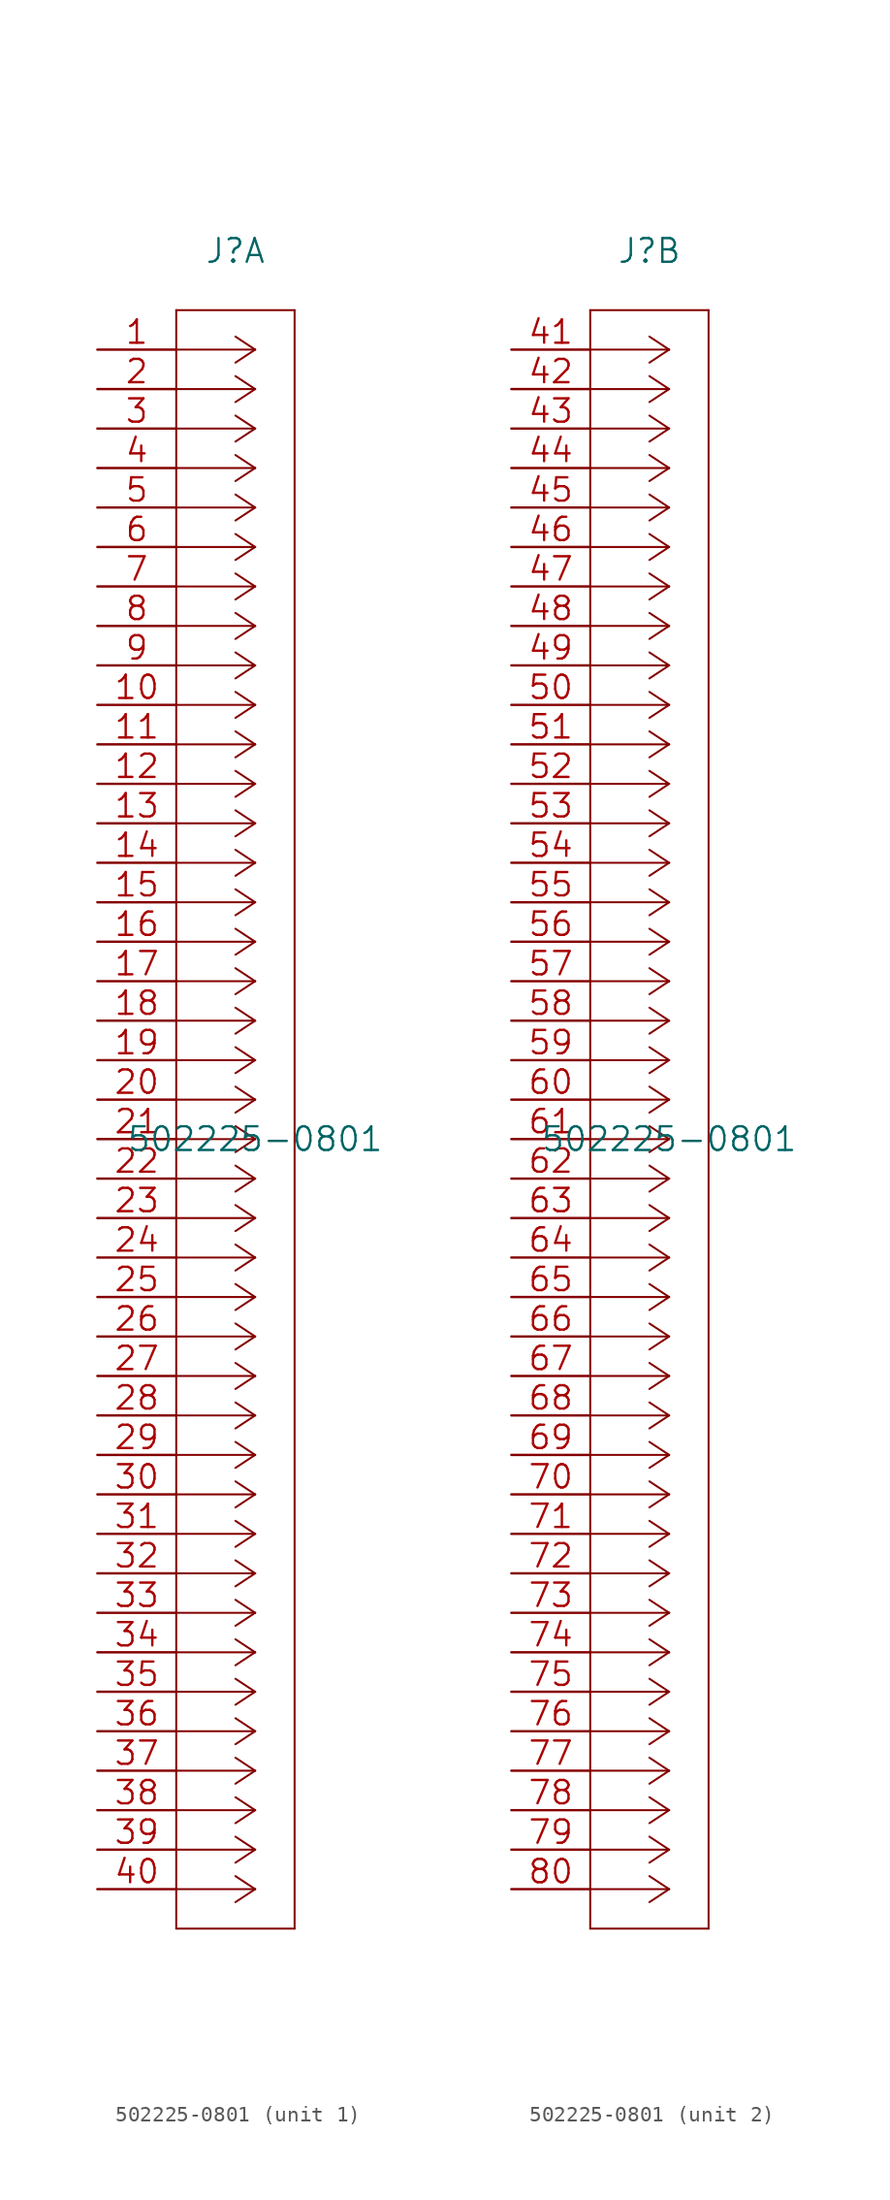
<source format=kicad_sym>
(kicad_symbol_lib
  (version 20201005)
  (generator kicad_symbol_editor)
  (symbol "OpenEFI-STM32-rev3:502225-0801"
    (pin_names
      (offset 0.254) hide)
    (property "Reference" "J"
      (at 8.89 6.35 0)
      (effects (font (size 1.524 1.524))))
    (property "Value" "502225-0801"
      (at 10.16 -50.8 0)
      (effects (font (size 1.524 1.524))))
    (property "Datasheet" ""
      (at 0 0 0)
      (effects (font (size 1.524 1.524))))
    (property "ki_locked" ""
      (at 0 0 0)
      (effects (font (size 1.27 1.27))))
    (symbol "502225-0801_1_1"
      (polyline (pts (xy 5.08 -101.6) (xy 12.7 -101.6)) (stroke (width 0.127)) (fill (type none)))
      (polyline (pts (xy 5.08 2.54) (xy 5.08 -101.6)) (stroke (width 0.127)) (fill (type none)))
      (polyline (pts (xy 10.16 -99.06) (xy 5.08 -99.06)) (stroke (width 0.127)) (fill (type none)))
      (polyline (pts (xy 10.16 -99.06) (xy 8.89 -99.898)) (stroke (width 0.127)) (fill (type none)))
      (polyline (pts (xy 10.16 -99.06) (xy 8.89 -98.222)) (stroke (width 0.127)) (fill (type none)))
      (polyline (pts (xy 10.16 -96.52) (xy 5.08 -96.52)) (stroke (width 0.127)) (fill (type none)))
      (polyline (pts (xy 10.16 -96.52) (xy 8.89 -97.358)) (stroke (width 0.127)) (fill (type none)))
      (polyline (pts (xy 10.16 -96.52) (xy 8.89 -95.682)) (stroke (width 0.127)) (fill (type none)))
      (polyline (pts (xy 10.16 -93.98) (xy 5.08 -93.98)) (stroke (width 0.127)) (fill (type none)))
      (polyline (pts (xy 10.16 -93.98) (xy 8.89 -94.818)) (stroke (width 0.127)) (fill (type none)))
      (polyline (pts (xy 10.16 -93.98) (xy 8.89 -93.142)) (stroke (width 0.127)) (fill (type none)))
      (polyline (pts (xy 10.16 -91.44) (xy 5.08 -91.44)) (stroke (width 0.127)) (fill (type none)))
      (polyline (pts (xy 10.16 -91.44) (xy 8.89 -92.278)) (stroke (width 0.127)) (fill (type none)))
      (polyline (pts (xy 10.16 -91.44) (xy 8.89 -90.602)) (stroke (width 0.127)) (fill (type none)))
      (polyline (pts (xy 10.16 -88.9) (xy 5.08 -88.9)) (stroke (width 0.127)) (fill (type none)))
      (polyline (pts (xy 10.16 -88.9) (xy 8.89 -89.738)) (stroke (width 0.127)) (fill (type none)))
      (polyline (pts (xy 10.16 -88.9) (xy 8.89 -88.062)) (stroke (width 0.127)) (fill (type none)))
      (polyline (pts (xy 10.16 -86.36) (xy 5.08 -86.36)) (stroke (width 0.127)) (fill (type none)))
      (polyline (pts (xy 10.16 -86.36) (xy 8.89 -87.198)) (stroke (width 0.127)) (fill (type none)))
      (polyline (pts (xy 10.16 -86.36) (xy 8.89 -85.522)) (stroke (width 0.127)) (fill (type none)))
      (polyline (pts (xy 10.16 -83.82) (xy 5.08 -83.82)) (stroke (width 0.127)) (fill (type none)))
      (polyline (pts (xy 10.16 -83.82) (xy 8.89 -84.658)) (stroke (width 0.127)) (fill (type none)))
      (polyline (pts (xy 10.16 -83.82) (xy 8.89 -82.982)) (stroke (width 0.127)) (fill (type none)))
      (polyline (pts (xy 10.16 -81.28) (xy 5.08 -81.28)) (stroke (width 0.127)) (fill (type none)))
      (polyline (pts (xy 10.16 -81.28) (xy 8.89 -82.118)) (stroke (width 0.127)) (fill (type none)))
      (polyline (pts (xy 10.16 -81.28) (xy 8.89 -80.442)) (stroke (width 0.127)) (fill (type none)))
      (polyline (pts (xy 10.16 -78.74) (xy 5.08 -78.74)) (stroke (width 0.127)) (fill (type none)))
      (polyline (pts (xy 10.16 -78.74) (xy 8.89 -79.578)) (stroke (width 0.127)) (fill (type none)))
      (polyline (pts (xy 10.16 -78.74) (xy 8.89 -77.902)) (stroke (width 0.127)) (fill (type none)))
      (polyline (pts (xy 10.16 -76.2) (xy 5.08 -76.2)) (stroke (width 0.127)) (fill (type none)))
      (polyline (pts (xy 10.16 -76.2) (xy 8.89 -77.038)) (stroke (width 0.127)) (fill (type none)))
      (polyline (pts (xy 10.16 -76.2) (xy 8.89 -75.362)) (stroke (width 0.127)) (fill (type none)))
      (polyline (pts (xy 10.16 -73.66) (xy 5.08 -73.66)) (stroke (width 0.127)) (fill (type none)))
      (polyline (pts (xy 10.16 -73.66) (xy 8.89 -74.498)) (stroke (width 0.127)) (fill (type none)))
      (polyline (pts (xy 10.16 -73.66) (xy 8.89 -72.822)) (stroke (width 0.127)) (fill (type none)))
      (polyline (pts (xy 10.16 -71.12) (xy 5.08 -71.12)) (stroke (width 0.127)) (fill (type none)))
      (polyline (pts (xy 10.16 -71.12) (xy 8.89 -71.958)) (stroke (width 0.127)) (fill (type none)))
      (polyline (pts (xy 10.16 -71.12) (xy 8.89 -70.282)) (stroke (width 0.127)) (fill (type none)))
      (polyline (pts (xy 10.16 -68.58) (xy 5.08 -68.58)) (stroke (width 0.127)) (fill (type none)))
      (polyline (pts (xy 10.16 -68.58) (xy 8.89 -69.418)) (stroke (width 0.127)) (fill (type none)))
      (polyline (pts (xy 10.16 -68.58) (xy 8.89 -67.742)) (stroke (width 0.127)) (fill (type none)))
      (polyline (pts (xy 10.16 -66.04) (xy 5.08 -66.04)) (stroke (width 0.127)) (fill (type none)))
      (polyline (pts (xy 10.16 -66.04) (xy 8.89 -66.878)) (stroke (width 0.127)) (fill (type none)))
      (polyline (pts (xy 10.16 -66.04) (xy 8.89 -65.202)) (stroke (width 0.127)) (fill (type none)))
      (polyline (pts (xy 10.16 -63.5) (xy 5.08 -63.5)) (stroke (width 0.127)) (fill (type none)))
      (polyline (pts (xy 10.16 -63.5) (xy 8.89 -64.338)) (stroke (width 0.127)) (fill (type none)))
      (polyline (pts (xy 10.16 -63.5) (xy 8.89 -62.662)) (stroke (width 0.127)) (fill (type none)))
      (polyline (pts (xy 10.16 -60.96) (xy 5.08 -60.96)) (stroke (width 0.127)) (fill (type none)))
      (polyline (pts (xy 10.16 -60.96) (xy 8.89 -61.798)) (stroke (width 0.127)) (fill (type none)))
      (polyline (pts (xy 10.16 -60.96) (xy 8.89 -60.122)) (stroke (width 0.127)) (fill (type none)))
      (polyline (pts (xy 10.16 -58.42) (xy 5.08 -58.42)) (stroke (width 0.127)) (fill (type none)))
      (polyline (pts (xy 10.16 -58.42) (xy 8.89 -59.258)) (stroke (width 0.127)) (fill (type none)))
      (polyline (pts (xy 10.16 -58.42) (xy 8.89 -57.582)) (stroke (width 0.127)) (fill (type none)))
      (polyline (pts (xy 10.16 -55.88) (xy 5.08 -55.88)) (stroke (width 0.127)) (fill (type none)))
      (polyline (pts (xy 10.16 -55.88) (xy 8.89 -56.718)) (stroke (width 0.127)) (fill (type none)))
      (polyline (pts (xy 10.16 -55.88) (xy 8.89 -55.042)) (stroke (width 0.127)) (fill (type none)))
      (polyline (pts (xy 10.16 -53.34) (xy 5.08 -53.34)) (stroke (width 0.127)) (fill (type none)))
      (polyline (pts (xy 10.16 -53.34) (xy 8.89 -54.178)) (stroke (width 0.127)) (fill (type none)))
      (polyline (pts (xy 10.16 -53.34) (xy 8.89 -52.502)) (stroke (width 0.127)) (fill (type none)))
      (polyline (pts (xy 10.16 -50.8) (xy 5.08 -50.8)) (stroke (width 0.127)) (fill (type none)))
      (polyline (pts (xy 10.16 -50.8) (xy 8.89 -51.638)) (stroke (width 0.127)) (fill (type none)))
      (polyline (pts (xy 10.16 -50.8) (xy 8.89 -49.962)) (stroke (width 0.127)) (fill (type none)))
      (polyline (pts (xy 10.16 -48.26) (xy 5.08 -48.26)) (stroke (width 0.127)) (fill (type none)))
      (polyline (pts (xy 10.16 -48.26) (xy 8.89 -49.098)) (stroke (width 0.127)) (fill (type none)))
      (polyline (pts (xy 10.16 -48.26) (xy 8.89 -47.422)) (stroke (width 0.127)) (fill (type none)))
      (polyline (pts (xy 10.16 -45.72) (xy 5.08 -45.72)) (stroke (width 0.127)) (fill (type none)))
      (polyline (pts (xy 10.16 -45.72) (xy 8.89 -46.558)) (stroke (width 0.127)) (fill (type none)))
      (polyline (pts (xy 10.16 -45.72) (xy 8.89 -44.882)) (stroke (width 0.127)) (fill (type none)))
      (polyline (pts (xy 10.16 -43.18) (xy 5.08 -43.18)) (stroke (width 0.127)) (fill (type none)))
      (polyline (pts (xy 10.16 -43.18) (xy 8.89 -44.018)) (stroke (width 0.127)) (fill (type none)))
      (polyline (pts (xy 10.16 -43.18) (xy 8.89 -42.342)) (stroke (width 0.127)) (fill (type none)))
      (polyline (pts (xy 10.16 -40.64) (xy 5.08 -40.64)) (stroke (width 0.127)) (fill (type none)))
      (polyline (pts (xy 10.16 -40.64) (xy 8.89 -41.478)) (stroke (width 0.127)) (fill (type none)))
      (polyline (pts (xy 10.16 -40.64) (xy 8.89 -39.802)) (stroke (width 0.127)) (fill (type none)))
      (polyline (pts (xy 10.16 -38.1) (xy 5.08 -38.1)) (stroke (width 0.127)) (fill (type none)))
      (polyline (pts (xy 10.16 -38.1) (xy 8.89 -38.938)) (stroke (width 0.127)) (fill (type none)))
      (polyline (pts (xy 10.16 -38.1) (xy 8.89 -37.262)) (stroke (width 0.127)) (fill (type none)))
      (polyline (pts (xy 10.16 -35.56) (xy 5.08 -35.56)) (stroke (width 0.127)) (fill (type none)))
      (polyline (pts (xy 10.16 -35.56) (xy 8.89 -36.398)) (stroke (width 0.127)) (fill (type none)))
      (polyline (pts (xy 10.16 -35.56) (xy 8.89 -34.722)) (stroke (width 0.127)) (fill (type none)))
      (polyline (pts (xy 10.16 -33.02) (xy 5.08 -33.02)) (stroke (width 0.127)) (fill (type none)))
      (polyline (pts (xy 10.16 -33.02) (xy 8.89 -33.858)) (stroke (width 0.127)) (fill (type none)))
      (polyline (pts (xy 10.16 -33.02) (xy 8.89 -32.182)) (stroke (width 0.127)) (fill (type none)))
      (polyline (pts (xy 10.16 -30.48) (xy 5.08 -30.48)) (stroke (width 0.127)) (fill (type none)))
      (polyline (pts (xy 10.16 -30.48) (xy 8.89 -31.318)) (stroke (width 0.127)) (fill (type none)))
      (polyline (pts (xy 10.16 -30.48) (xy 8.89 -29.642)) (stroke (width 0.127)) (fill (type none)))
      (polyline (pts (xy 10.16 -27.94) (xy 5.08 -27.94)) (stroke (width 0.127)) (fill (type none)))
      (polyline (pts (xy 10.16 -27.94) (xy 8.89 -28.778)) (stroke (width 0.127)) (fill (type none)))
      (polyline (pts (xy 10.16 -27.94) (xy 8.89 -27.102)) (stroke (width 0.127)) (fill (type none)))
      (polyline (pts (xy 10.16 -25.4) (xy 5.08 -25.4)) (stroke (width 0.127)) (fill (type none)))
      (polyline (pts (xy 10.16 -25.4) (xy 8.89 -26.238)) (stroke (width 0.127)) (fill (type none)))
      (polyline (pts (xy 10.16 -25.4) (xy 8.89 -24.562)) (stroke (width 0.127)) (fill (type none)))
      (polyline (pts (xy 10.16 -22.86) (xy 5.08 -22.86)) (stroke (width 0.127)) (fill (type none)))
      (polyline (pts (xy 10.16 -22.86) (xy 8.89 -23.698)) (stroke (width 0.127)) (fill (type none)))
      (polyline (pts (xy 10.16 -22.86) (xy 8.89 -22.022)) (stroke (width 0.127)) (fill (type none)))
      (polyline (pts (xy 10.16 -20.32) (xy 5.08 -20.32)) (stroke (width 0.127)) (fill (type none)))
      (polyline (pts (xy 10.16 -20.32) (xy 8.89 -21.158)) (stroke (width 0.127)) (fill (type none)))
      (polyline (pts (xy 10.16 -20.32) (xy 8.89 -19.482)) (stroke (width 0.127)) (fill (type none)))
      (polyline (pts (xy 10.16 -17.78) (xy 5.08 -17.78)) (stroke (width 0.127)) (fill (type none)))
      (polyline (pts (xy 10.16 -17.78) (xy 8.89 -18.618)) (stroke (width 0.127)) (fill (type none)))
      (polyline (pts (xy 10.16 -17.78) (xy 8.89 -16.942)) (stroke (width 0.127)) (fill (type none)))
      (polyline (pts (xy 10.16 -15.24) (xy 5.08 -15.24)) (stroke (width 0.127)) (fill (type none)))
      (polyline (pts (xy 10.16 -15.24) (xy 8.89 -16.078)) (stroke (width 0.127)) (fill (type none)))
      (polyline (pts (xy 10.16 -15.24) (xy 8.89 -14.402)) (stroke (width 0.127)) (fill (type none)))
      (polyline (pts (xy 10.16 -12.7) (xy 5.08 -12.7)) (stroke (width 0.127)) (fill (type none)))
      (polyline (pts (xy 10.16 -12.7) (xy 8.89 -13.538)) (stroke (width 0.127)) (fill (type none)))
      (polyline (pts (xy 10.16 -12.7) (xy 8.89 -11.862)) (stroke (width 0.127)) (fill (type none)))
      (polyline (pts (xy 10.16 -10.16) (xy 5.08 -10.16)) (stroke (width 0.127)) (fill (type none)))
      (polyline (pts (xy 10.16 -10.16) (xy 8.89 -10.998)) (stroke (width 0.127)) (fill (type none)))
      (polyline (pts (xy 10.16 -10.16) (xy 8.89 -9.322)) (stroke (width 0.127)) (fill (type none)))
      (polyline (pts (xy 10.16 -7.62) (xy 5.08 -7.62)) (stroke (width 0.127)) (fill (type none)))
      (polyline (pts (xy 10.16 -7.62) (xy 8.89 -8.458)) (stroke (width 0.127)) (fill (type none)))
      (polyline (pts (xy 10.16 -7.62) (xy 8.89 -6.782)) (stroke (width 0.127)) (fill (type none)))
      (polyline (pts (xy 10.16 -5.08) (xy 5.08 -5.08)) (stroke (width 0.127)) (fill (type none)))
      (polyline (pts (xy 10.16 -5.08) (xy 8.89 -5.918)) (stroke (width 0.127)) (fill (type none)))
      (polyline (pts (xy 10.16 -5.08) (xy 8.89 -4.242)) (stroke (width 0.127)) (fill (type none)))
      (polyline (pts (xy 10.16 -2.54) (xy 5.08 -2.54)) (stroke (width 0.127)) (fill (type none)))
      (polyline (pts (xy 10.16 -2.54) (xy 8.89 -3.378)) (stroke (width 0.127)) (fill (type none)))
      (polyline (pts (xy 10.16 -2.54) (xy 8.89 -1.702)) (stroke (width 0.127)) (fill (type none)))
      (polyline (pts (xy 10.16 0) (xy 5.08 0)) (stroke (width 0.127)) (fill (type none)))
      (polyline (pts (xy 10.16 0) (xy 8.89 -0.838)) (stroke (width 0.127)) (fill (type none)))
      (polyline (pts (xy 10.16 0) (xy 8.89 0.838)) (stroke (width 0.127)) (fill (type none)))
      (polyline (pts (xy 12.7 -101.6) (xy 12.7 2.54)) (stroke (width 0.127)) (fill (type none)))
      (polyline (pts (xy 12.7 2.54) (xy 5.08 2.54)) (stroke (width 0.127)) (fill (type none)))
      (pin unspecified line (at 0 0 0) (length 5.08) (name "1" (effects (font (size 1.499 1.499)))) (number "1" (effects (font (size 1.499 1.499)))))
      (pin unspecified line (at 0 -22.86 0) (length 5.08) (name "10" (effects (font (size 1.499 1.499)))) (number "10" (effects (font (size 1.499 1.499)))))
      (pin unspecified line (at 0 -25.4 0) (length 5.08) (name "11" (effects (font (size 1.499 1.499)))) (number "11" (effects (font (size 1.499 1.499)))))
      (pin unspecified line (at 0 -27.94 0) (length 5.08) (name "12" (effects (font (size 1.499 1.499)))) (number "12" (effects (font (size 1.499 1.499)))))
      (pin unspecified line (at 0 -30.48 0) (length 5.08) (name "13" (effects (font (size 1.499 1.499)))) (number "13" (effects (font (size 1.499 1.499)))))
      (pin unspecified line (at 0 -33.02 0) (length 5.08) (name "14" (effects (font (size 1.499 1.499)))) (number "14" (effects (font (size 1.499 1.499)))))
      (pin unspecified line (at 0 -35.56 0) (length 5.08) (name "15" (effects (font (size 1.499 1.499)))) (number "15" (effects (font (size 1.499 1.499)))))
      (pin unspecified line (at 0 -38.1 0) (length 5.08) (name "16" (effects (font (size 1.499 1.499)))) (number "16" (effects (font (size 1.499 1.499)))))
      (pin unspecified line (at 0 -40.64 0) (length 5.08) (name "17" (effects (font (size 1.499 1.499)))) (number "17" (effects (font (size 1.499 1.499)))))
      (pin unspecified line (at 0 -43.18 0) (length 5.08) (name "18" (effects (font (size 1.499 1.499)))) (number "18" (effects (font (size 1.499 1.499)))))
      (pin unspecified line (at 0 -45.72 0) (length 5.08) (name "19" (effects (font (size 1.499 1.499)))) (number "19" (effects (font (size 1.499 1.499)))))
      (pin unspecified line (at 0 -2.54 0) (length 5.08) (name "2" (effects (font (size 1.499 1.499)))) (number "2" (effects (font (size 1.499 1.499)))))
      (pin unspecified line (at 0 -48.26 0) (length 5.08) (name "20" (effects (font (size 1.499 1.499)))) (number "20" (effects (font (size 1.499 1.499)))))
      (pin unspecified line (at 0 -50.8 0) (length 5.08) (name "21" (effects (font (size 1.499 1.499)))) (number "21" (effects (font (size 1.499 1.499)))))
      (pin unspecified line (at 0 -53.34 0) (length 5.08) (name "22" (effects (font (size 1.499 1.499)))) (number "22" (effects (font (size 1.499 1.499)))))
      (pin unspecified line (at 0 -55.88 0) (length 5.08) (name "23" (effects (font (size 1.499 1.499)))) (number "23" (effects (font (size 1.499 1.499)))))
      (pin unspecified line (at 0 -58.42 0) (length 5.08) (name "24" (effects (font (size 1.499 1.499)))) (number "24" (effects (font (size 1.499 1.499)))))
      (pin unspecified line (at 0 -60.96 0) (length 5.08) (name "25" (effects (font (size 1.499 1.499)))) (number "25" (effects (font (size 1.499 1.499)))))
      (pin unspecified line (at 0 -63.5 0) (length 5.08) (name "26" (effects (font (size 1.499 1.499)))) (number "26" (effects (font (size 1.499 1.499)))))
      (pin unspecified line (at 0 -66.04 0) (length 5.08) (name "27" (effects (font (size 1.499 1.499)))) (number "27" (effects (font (size 1.499 1.499)))))
      (pin unspecified line (at 0 -68.58 0) (length 5.08) (name "28" (effects (font (size 1.499 1.499)))) (number "28" (effects (font (size 1.499 1.499)))))
      (pin unspecified line (at 0 -71.12 0) (length 5.08) (name "29" (effects (font (size 1.499 1.499)))) (number "29" (effects (font (size 1.499 1.499)))))
      (pin unspecified line (at 0 -5.08 0) (length 5.08) (name "3" (effects (font (size 1.499 1.499)))) (number "3" (effects (font (size 1.499 1.499)))))
      (pin unspecified line (at 0 -73.66 0) (length 5.08) (name "30" (effects (font (size 1.499 1.499)))) (number "30" (effects (font (size 1.499 1.499)))))
      (pin unspecified line (at 0 -76.2 0) (length 5.08) (name "31" (effects (font (size 1.499 1.499)))) (number "31" (effects (font (size 1.499 1.499)))))
      (pin unspecified line (at 0 -78.74 0) (length 5.08) (name "32" (effects (font (size 1.499 1.499)))) (number "32" (effects (font (size 1.499 1.499)))))
      (pin unspecified line (at 0 -81.28 0) (length 5.08) (name "33" (effects (font (size 1.499 1.499)))) (number "33" (effects (font (size 1.499 1.499)))))
      (pin unspecified line (at 0 -83.82 0) (length 5.08) (name "34" (effects (font (size 1.499 1.499)))) (number "34" (effects (font (size 1.499 1.499)))))
      (pin unspecified line (at 0 -86.36 0) (length 5.08) (name "35" (effects (font (size 1.499 1.499)))) (number "35" (effects (font (size 1.499 1.499)))))
      (pin unspecified line (at 0 -88.9 0) (length 5.08) (name "36" (effects (font (size 1.499 1.499)))) (number "36" (effects (font (size 1.499 1.499)))))
      (pin unspecified line (at 0 -91.44 0) (length 5.08) (name "37" (effects (font (size 1.499 1.499)))) (number "37" (effects (font (size 1.499 1.499)))))
      (pin unspecified line (at 0 -93.98 0) (length 5.08) (name "38" (effects (font (size 1.499 1.499)))) (number "38" (effects (font (size 1.499 1.499)))))
      (pin unspecified line (at 0 -96.52 0) (length 5.08) (name "39" (effects (font (size 1.499 1.499)))) (number "39" (effects (font (size 1.499 1.499)))))
      (pin unspecified line (at 0 -7.62 0) (length 5.08) (name "4" (effects (font (size 1.499 1.499)))) (number "4" (effects (font (size 1.499 1.499)))))
      (pin unspecified line (at 0 -99.06 0) (length 5.08) (name "40" (effects (font (size 1.499 1.499)))) (number "40" (effects (font (size 1.499 1.499)))))
      (pin unspecified line (at 0 -10.16 0) (length 5.08) (name "5" (effects (font (size 1.499 1.499)))) (number "5" (effects (font (size 1.499 1.499)))))
      (pin unspecified line (at 0 -12.7 0) (length 5.08) (name "6" (effects (font (size 1.499 1.499)))) (number "6" (effects (font (size 1.499 1.499)))))
      (pin unspecified line (at 0 -15.24 0) (length 5.08) (name "7" (effects (font (size 1.499 1.499)))) (number "7" (effects (font (size 1.499 1.499)))))
      (pin unspecified line (at 0 -17.78 0) (length 5.08) (name "8" (effects (font (size 1.499 1.499)))) (number "8" (effects (font (size 1.499 1.499)))))
      (pin unspecified line (at 0 -20.32 0) (length 5.08) (name "9" (effects (font (size 1.499 1.499)))) (number "9" (effects (font (size 1.499 1.499))))))
    (symbol "502225-0801_2_1"
      (polyline (pts (xy 5.08 -101.6) (xy 12.7 -101.6)) (stroke (width 0.127)) (fill (type none)))
      (polyline (pts (xy 5.08 2.54) (xy 5.08 -101.6)) (stroke (width 0.127)) (fill (type none)))
      (polyline (pts (xy 10.16 -99.06) (xy 5.08 -99.06)) (stroke (width 0.127)) (fill (type none)))
      (polyline (pts (xy 10.16 -99.06) (xy 8.89 -99.898)) (stroke (width 0.127)) (fill (type none)))
      (polyline (pts (xy 10.16 -99.06) (xy 8.89 -98.222)) (stroke (width 0.127)) (fill (type none)))
      (polyline (pts (xy 10.16 -96.52) (xy 5.08 -96.52)) (stroke (width 0.127)) (fill (type none)))
      (polyline (pts (xy 10.16 -96.52) (xy 8.89 -97.358)) (stroke (width 0.127)) (fill (type none)))
      (polyline (pts (xy 10.16 -96.52) (xy 8.89 -95.682)) (stroke (width 0.127)) (fill (type none)))
      (polyline (pts (xy 10.16 -93.98) (xy 5.08 -93.98)) (stroke (width 0.127)) (fill (type none)))
      (polyline (pts (xy 10.16 -93.98) (xy 8.89 -94.818)) (stroke (width 0.127)) (fill (type none)))
      (polyline (pts (xy 10.16 -93.98) (xy 8.89 -93.142)) (stroke (width 0.127)) (fill (type none)))
      (polyline (pts (xy 10.16 -91.44) (xy 5.08 -91.44)) (stroke (width 0.127)) (fill (type none)))
      (polyline (pts (xy 10.16 -91.44) (xy 8.89 -92.278)) (stroke (width 0.127)) (fill (type none)))
      (polyline (pts (xy 10.16 -91.44) (xy 8.89 -90.602)) (stroke (width 0.127)) (fill (type none)))
      (polyline (pts (xy 10.16 -88.9) (xy 5.08 -88.9)) (stroke (width 0.127)) (fill (type none)))
      (polyline (pts (xy 10.16 -88.9) (xy 8.89 -89.738)) (stroke (width 0.127)) (fill (type none)))
      (polyline (pts (xy 10.16 -88.9) (xy 8.89 -88.062)) (stroke (width 0.127)) (fill (type none)))
      (polyline (pts (xy 10.16 -86.36) (xy 5.08 -86.36)) (stroke (width 0.127)) (fill (type none)))
      (polyline (pts (xy 10.16 -86.36) (xy 8.89 -87.198)) (stroke (width 0.127)) (fill (type none)))
      (polyline (pts (xy 10.16 -86.36) (xy 8.89 -85.522)) (stroke (width 0.127)) (fill (type none)))
      (polyline (pts (xy 10.16 -83.82) (xy 5.08 -83.82)) (stroke (width 0.127)) (fill (type none)))
      (polyline (pts (xy 10.16 -83.82) (xy 8.89 -84.658)) (stroke (width 0.127)) (fill (type none)))
      (polyline (pts (xy 10.16 -83.82) (xy 8.89 -82.982)) (stroke (width 0.127)) (fill (type none)))
      (polyline (pts (xy 10.16 -81.28) (xy 5.08 -81.28)) (stroke (width 0.127)) (fill (type none)))
      (polyline (pts (xy 10.16 -81.28) (xy 8.89 -82.118)) (stroke (width 0.127)) (fill (type none)))
      (polyline (pts (xy 10.16 -81.28) (xy 8.89 -80.442)) (stroke (width 0.127)) (fill (type none)))
      (polyline (pts (xy 10.16 -78.74) (xy 5.08 -78.74)) (stroke (width 0.127)) (fill (type none)))
      (polyline (pts (xy 10.16 -78.74) (xy 8.89 -79.578)) (stroke (width 0.127)) (fill (type none)))
      (polyline (pts (xy 10.16 -78.74) (xy 8.89 -77.902)) (stroke (width 0.127)) (fill (type none)))
      (polyline (pts (xy 10.16 -76.2) (xy 5.08 -76.2)) (stroke (width 0.127)) (fill (type none)))
      (polyline (pts (xy 10.16 -76.2) (xy 8.89 -77.038)) (stroke (width 0.127)) (fill (type none)))
      (polyline (pts (xy 10.16 -76.2) (xy 8.89 -75.362)) (stroke (width 0.127)) (fill (type none)))
      (polyline (pts (xy 10.16 -73.66) (xy 5.08 -73.66)) (stroke (width 0.127)) (fill (type none)))
      (polyline (pts (xy 10.16 -73.66) (xy 8.89 -74.498)) (stroke (width 0.127)) (fill (type none)))
      (polyline (pts (xy 10.16 -73.66) (xy 8.89 -72.822)) (stroke (width 0.127)) (fill (type none)))
      (polyline (pts (xy 10.16 -71.12) (xy 5.08 -71.12)) (stroke (width 0.127)) (fill (type none)))
      (polyline (pts (xy 10.16 -71.12) (xy 8.89 -71.958)) (stroke (width 0.127)) (fill (type none)))
      (polyline (pts (xy 10.16 -71.12) (xy 8.89 -70.282)) (stroke (width 0.127)) (fill (type none)))
      (polyline (pts (xy 10.16 -68.58) (xy 5.08 -68.58)) (stroke (width 0.127)) (fill (type none)))
      (polyline (pts (xy 10.16 -68.58) (xy 8.89 -69.418)) (stroke (width 0.127)) (fill (type none)))
      (polyline (pts (xy 10.16 -68.58) (xy 8.89 -67.742)) (stroke (width 0.127)) (fill (type none)))
      (polyline (pts (xy 10.16 -66.04) (xy 5.08 -66.04)) (stroke (width 0.127)) (fill (type none)))
      (polyline (pts (xy 10.16 -66.04) (xy 8.89 -66.878)) (stroke (width 0.127)) (fill (type none)))
      (polyline (pts (xy 10.16 -66.04) (xy 8.89 -65.202)) (stroke (width 0.127)) (fill (type none)))
      (polyline (pts (xy 10.16 -63.5) (xy 5.08 -63.5)) (stroke (width 0.127)) (fill (type none)))
      (polyline (pts (xy 10.16 -63.5) (xy 8.89 -64.338)) (stroke (width 0.127)) (fill (type none)))
      (polyline (pts (xy 10.16 -63.5) (xy 8.89 -62.662)) (stroke (width 0.127)) (fill (type none)))
      (polyline (pts (xy 10.16 -60.96) (xy 5.08 -60.96)) (stroke (width 0.127)) (fill (type none)))
      (polyline (pts (xy 10.16 -60.96) (xy 8.89 -61.798)) (stroke (width 0.127)) (fill (type none)))
      (polyline (pts (xy 10.16 -60.96) (xy 8.89 -60.122)) (stroke (width 0.127)) (fill (type none)))
      (polyline (pts (xy 10.16 -58.42) (xy 5.08 -58.42)) (stroke (width 0.127)) (fill (type none)))
      (polyline (pts (xy 10.16 -58.42) (xy 8.89 -59.258)) (stroke (width 0.127)) (fill (type none)))
      (polyline (pts (xy 10.16 -58.42) (xy 8.89 -57.582)) (stroke (width 0.127)) (fill (type none)))
      (polyline (pts (xy 10.16 -55.88) (xy 5.08 -55.88)) (stroke (width 0.127)) (fill (type none)))
      (polyline (pts (xy 10.16 -55.88) (xy 8.89 -56.718)) (stroke (width 0.127)) (fill (type none)))
      (polyline (pts (xy 10.16 -55.88) (xy 8.89 -55.042)) (stroke (width 0.127)) (fill (type none)))
      (polyline (pts (xy 10.16 -53.34) (xy 5.08 -53.34)) (stroke (width 0.127)) (fill (type none)))
      (polyline (pts (xy 10.16 -53.34) (xy 8.89 -54.178)) (stroke (width 0.127)) (fill (type none)))
      (polyline (pts (xy 10.16 -53.34) (xy 8.89 -52.502)) (stroke (width 0.127)) (fill (type none)))
      (polyline (pts (xy 10.16 -50.8) (xy 5.08 -50.8)) (stroke (width 0.127)) (fill (type none)))
      (polyline (pts (xy 10.16 -50.8) (xy 8.89 -51.638)) (stroke (width 0.127)) (fill (type none)))
      (polyline (pts (xy 10.16 -50.8) (xy 8.89 -49.962)) (stroke (width 0.127)) (fill (type none)))
      (polyline (pts (xy 10.16 -48.26) (xy 5.08 -48.26)) (stroke (width 0.127)) (fill (type none)))
      (polyline (pts (xy 10.16 -48.26) (xy 8.89 -49.098)) (stroke (width 0.127)) (fill (type none)))
      (polyline (pts (xy 10.16 -48.26) (xy 8.89 -47.422)) (stroke (width 0.127)) (fill (type none)))
      (polyline (pts (xy 10.16 -45.72) (xy 5.08 -45.72)) (stroke (width 0.127)) (fill (type none)))
      (polyline (pts (xy 10.16 -45.72) (xy 8.89 -46.558)) (stroke (width 0.127)) (fill (type none)))
      (polyline (pts (xy 10.16 -45.72) (xy 8.89 -44.882)) (stroke (width 0.127)) (fill (type none)))
      (polyline (pts (xy 10.16 -43.18) (xy 5.08 -43.18)) (stroke (width 0.127)) (fill (type none)))
      (polyline (pts (xy 10.16 -43.18) (xy 8.89 -44.018)) (stroke (width 0.127)) (fill (type none)))
      (polyline (pts (xy 10.16 -43.18) (xy 8.89 -42.342)) (stroke (width 0.127)) (fill (type none)))
      (polyline (pts (xy 10.16 -40.64) (xy 5.08 -40.64)) (stroke (width 0.127)) (fill (type none)))
      (polyline (pts (xy 10.16 -40.64) (xy 8.89 -41.478)) (stroke (width 0.127)) (fill (type none)))
      (polyline (pts (xy 10.16 -40.64) (xy 8.89 -39.802)) (stroke (width 0.127)) (fill (type none)))
      (polyline (pts (xy 10.16 -38.1) (xy 5.08 -38.1)) (stroke (width 0.127)) (fill (type none)))
      (polyline (pts (xy 10.16 -38.1) (xy 8.89 -38.938)) (stroke (width 0.127)) (fill (type none)))
      (polyline (pts (xy 10.16 -38.1) (xy 8.89 -37.262)) (stroke (width 0.127)) (fill (type none)))
      (polyline (pts (xy 10.16 -35.56) (xy 5.08 -35.56)) (stroke (width 0.127)) (fill (type none)))
      (polyline (pts (xy 10.16 -35.56) (xy 8.89 -36.398)) (stroke (width 0.127)) (fill (type none)))
      (polyline (pts (xy 10.16 -35.56) (xy 8.89 -34.722)) (stroke (width 0.127)) (fill (type none)))
      (polyline (pts (xy 10.16 -33.02) (xy 5.08 -33.02)) (stroke (width 0.127)) (fill (type none)))
      (polyline (pts (xy 10.16 -33.02) (xy 8.89 -33.858)) (stroke (width 0.127)) (fill (type none)))
      (polyline (pts (xy 10.16 -33.02) (xy 8.89 -32.182)) (stroke (width 0.127)) (fill (type none)))
      (polyline (pts (xy 10.16 -30.48) (xy 5.08 -30.48)) (stroke (width 0.127)) (fill (type none)))
      (polyline (pts (xy 10.16 -30.48) (xy 8.89 -31.318)) (stroke (width 0.127)) (fill (type none)))
      (polyline (pts (xy 10.16 -30.48) (xy 8.89 -29.642)) (stroke (width 0.127)) (fill (type none)))
      (polyline (pts (xy 10.16 -27.94) (xy 5.08 -27.94)) (stroke (width 0.127)) (fill (type none)))
      (polyline (pts (xy 10.16 -27.94) (xy 8.89 -28.778)) (stroke (width 0.127)) (fill (type none)))
      (polyline (pts (xy 10.16 -27.94) (xy 8.89 -27.102)) (stroke (width 0.127)) (fill (type none)))
      (polyline (pts (xy 10.16 -25.4) (xy 5.08 -25.4)) (stroke (width 0.127)) (fill (type none)))
      (polyline (pts (xy 10.16 -25.4) (xy 8.89 -26.238)) (stroke (width 0.127)) (fill (type none)))
      (polyline (pts (xy 10.16 -25.4) (xy 8.89 -24.562)) (stroke (width 0.127)) (fill (type none)))
      (polyline (pts (xy 10.16 -22.86) (xy 5.08 -22.86)) (stroke (width 0.127)) (fill (type none)))
      (polyline (pts (xy 10.16 -22.86) (xy 8.89 -23.698)) (stroke (width 0.127)) (fill (type none)))
      (polyline (pts (xy 10.16 -22.86) (xy 8.89 -22.022)) (stroke (width 0.127)) (fill (type none)))
      (polyline (pts (xy 10.16 -20.32) (xy 5.08 -20.32)) (stroke (width 0.127)) (fill (type none)))
      (polyline (pts (xy 10.16 -20.32) (xy 8.89 -21.158)) (stroke (width 0.127)) (fill (type none)))
      (polyline (pts (xy 10.16 -20.32) (xy 8.89 -19.482)) (stroke (width 0.127)) (fill (type none)))
      (polyline (pts (xy 10.16 -17.78) (xy 5.08 -17.78)) (stroke (width 0.127)) (fill (type none)))
      (polyline (pts (xy 10.16 -17.78) (xy 8.89 -18.618)) (stroke (width 0.127)) (fill (type none)))
      (polyline (pts (xy 10.16 -17.78) (xy 8.89 -16.942)) (stroke (width 0.127)) (fill (type none)))
      (polyline (pts (xy 10.16 -15.24) (xy 5.08 -15.24)) (stroke (width 0.127)) (fill (type none)))
      (polyline (pts (xy 10.16 -15.24) (xy 8.89 -16.078)) (stroke (width 0.127)) (fill (type none)))
      (polyline (pts (xy 10.16 -15.24) (xy 8.89 -14.402)) (stroke (width 0.127)) (fill (type none)))
      (polyline (pts (xy 10.16 -12.7) (xy 5.08 -12.7)) (stroke (width 0.127)) (fill (type none)))
      (polyline (pts (xy 10.16 -12.7) (xy 8.89 -13.538)) (stroke (width 0.127)) (fill (type none)))
      (polyline (pts (xy 10.16 -12.7) (xy 8.89 -11.862)) (stroke (width 0.127)) (fill (type none)))
      (polyline (pts (xy 10.16 -10.16) (xy 5.08 -10.16)) (stroke (width 0.127)) (fill (type none)))
      (polyline (pts (xy 10.16 -10.16) (xy 8.89 -10.998)) (stroke (width 0.127)) (fill (type none)))
      (polyline (pts (xy 10.16 -10.16) (xy 8.89 -9.322)) (stroke (width 0.127)) (fill (type none)))
      (polyline (pts (xy 10.16 -7.62) (xy 5.08 -7.62)) (stroke (width 0.127)) (fill (type none)))
      (polyline (pts (xy 10.16 -7.62) (xy 8.89 -8.458)) (stroke (width 0.127)) (fill (type none)))
      (polyline (pts (xy 10.16 -7.62) (xy 8.89 -6.782)) (stroke (width 0.127)) (fill (type none)))
      (polyline (pts (xy 10.16 -5.08) (xy 5.08 -5.08)) (stroke (width 0.127)) (fill (type none)))
      (polyline (pts (xy 10.16 -5.08) (xy 8.89 -5.918)) (stroke (width 0.127)) (fill (type none)))
      (polyline (pts (xy 10.16 -5.08) (xy 8.89 -4.242)) (stroke (width 0.127)) (fill (type none)))
      (polyline (pts (xy 10.16 -2.54) (xy 5.08 -2.54)) (stroke (width 0.127)) (fill (type none)))
      (polyline (pts (xy 10.16 -2.54) (xy 8.89 -3.378)) (stroke (width 0.127)) (fill (type none)))
      (polyline (pts (xy 10.16 -2.54) (xy 8.89 -1.702)) (stroke (width 0.127)) (fill (type none)))
      (polyline (pts (xy 10.16 0) (xy 5.08 0)) (stroke (width 0.127)) (fill (type none)))
      (polyline (pts (xy 10.16 0) (xy 8.89 -0.838)) (stroke (width 0.127)) (fill (type none)))
      (polyline (pts (xy 10.16 0) (xy 8.89 0.838)) (stroke (width 0.127)) (fill (type none)))
      (polyline (pts (xy 12.7 -101.6) (xy 12.7 2.54)) (stroke (width 0.127)) (fill (type none)))
      (polyline (pts (xy 12.7 2.54) (xy 5.08 2.54)) (stroke (width 0.127)) (fill (type none)))
      (pin unspecified line (at 0 0 0) (length 5.08) (name "41" (effects (font (size 1.499 1.499)))) (number "41" (effects (font (size 1.499 1.499)))))
      (pin unspecified line (at 0 -2.54 0) (length 5.08) (name "42" (effects (font (size 1.499 1.499)))) (number "42" (effects (font (size 1.499 1.499)))))
      (pin unspecified line (at 0 -5.08 0) (length 5.08) (name "43" (effects (font (size 1.499 1.499)))) (number "43" (effects (font (size 1.499 1.499)))))
      (pin unspecified line (at 0 -7.62 0) (length 5.08) (name "44" (effects (font (size 1.499 1.499)))) (number "44" (effects (font (size 1.499 1.499)))))
      (pin unspecified line (at 0 -10.16 0) (length 5.08) (name "45" (effects (font (size 1.499 1.499)))) (number "45" (effects (font (size 1.499 1.499)))))
      (pin unspecified line (at 0 -12.7 0) (length 5.08) (name "46" (effects (font (size 1.499 1.499)))) (number "46" (effects (font (size 1.499 1.499)))))
      (pin unspecified line (at 0 -15.24 0) (length 5.08) (name "47" (effects (font (size 1.499 1.499)))) (number "47" (effects (font (size 1.499 1.499)))))
      (pin unspecified line (at 0 -17.78 0) (length 5.08) (name "48" (effects (font (size 1.499 1.499)))) (number "48" (effects (font (size 1.499 1.499)))))
      (pin unspecified line (at 0 -20.32 0) (length 5.08) (name "49" (effects (font (size 1.499 1.499)))) (number "49" (effects (font (size 1.499 1.499)))))
      (pin unspecified line (at 0 -22.86 0) (length 5.08) (name "50" (effects (font (size 1.499 1.499)))) (number "50" (effects (font (size 1.499 1.499)))))
      (pin unspecified line (at 0 -25.4 0) (length 5.08) (name "51" (effects (font (size 1.499 1.499)))) (number "51" (effects (font (size 1.499 1.499)))))
      (pin unspecified line (at 0 -27.94 0) (length 5.08) (name "52" (effects (font (size 1.499 1.499)))) (number "52" (effects (font (size 1.499 1.499)))))
      (pin unspecified line (at 0 -30.48 0) (length 5.08) (name "53" (effects (font (size 1.499 1.499)))) (number "53" (effects (font (size 1.499 1.499)))))
      (pin unspecified line (at 0 -33.02 0) (length 5.08) (name "54" (effects (font (size 1.499 1.499)))) (number "54" (effects (font (size 1.499 1.499)))))
      (pin unspecified line (at 0 -35.56 0) (length 5.08) (name "55" (effects (font (size 1.499 1.499)))) (number "55" (effects (font (size 1.499 1.499)))))
      (pin unspecified line (at 0 -38.1 0) (length 5.08) (name "56" (effects (font (size 1.499 1.499)))) (number "56" (effects (font (size 1.499 1.499)))))
      (pin unspecified line (at 0 -40.64 0) (length 5.08) (name "57" (effects (font (size 1.499 1.499)))) (number "57" (effects (font (size 1.499 1.499)))))
      (pin unspecified line (at 0 -43.18 0) (length 5.08) (name "58" (effects (font (size 1.499 1.499)))) (number "58" (effects (font (size 1.499 1.499)))))
      (pin unspecified line (at 0 -45.72 0) (length 5.08) (name "59" (effects (font (size 1.499 1.499)))) (number "59" (effects (font (size 1.499 1.499)))))
      (pin unspecified line (at 0 -48.26 0) (length 5.08) (name "60" (effects (font (size 1.499 1.499)))) (number "60" (effects (font (size 1.499 1.499)))))
      (pin unspecified line (at 0 -50.8 0) (length 5.08) (name "61" (effects (font (size 1.499 1.499)))) (number "61" (effects (font (size 1.499 1.499)))))
      (pin unspecified line (at 0 -53.34 0) (length 5.08) (name "62" (effects (font (size 1.499 1.499)))) (number "62" (effects (font (size 1.499 1.499)))))
      (pin unspecified line (at 0 -55.88 0) (length 5.08) (name "63" (effects (font (size 1.499 1.499)))) (number "63" (effects (font (size 1.499 1.499)))))
      (pin unspecified line (at 0 -58.42 0) (length 5.08) (name "64" (effects (font (size 1.499 1.499)))) (number "64" (effects (font (size 1.499 1.499)))))
      (pin unspecified line (at 0 -60.96 0) (length 5.08) (name "65" (effects (font (size 1.499 1.499)))) (number "65" (effects (font (size 1.499 1.499)))))
      (pin unspecified line (at 0 -63.5 0) (length 5.08) (name "66" (effects (font (size 1.499 1.499)))) (number "66" (effects (font (size 1.499 1.499)))))
      (pin unspecified line (at 0 -66.04 0) (length 5.08) (name "67" (effects (font (size 1.499 1.499)))) (number "67" (effects (font (size 1.499 1.499)))))
      (pin unspecified line (at 0 -68.58 0) (length 5.08) (name "68" (effects (font (size 1.499 1.499)))) (number "68" (effects (font (size 1.499 1.499)))))
      (pin unspecified line (at 0 -71.12 0) (length 5.08) (name "69" (effects (font (size 1.499 1.499)))) (number "69" (effects (font (size 1.499 1.499)))))
      (pin unspecified line (at 0 -73.66 0) (length 5.08) (name "70" (effects (font (size 1.499 1.499)))) (number "70" (effects (font (size 1.499 1.499)))))
      (pin unspecified line (at 0 -76.2 0) (length 5.08) (name "71" (effects (font (size 1.499 1.499)))) (number "71" (effects (font (size 1.499 1.499)))))
      (pin unspecified line (at 0 -78.74 0) (length 5.08) (name "72" (effects (font (size 1.499 1.499)))) (number "72" (effects (font (size 1.499 1.499)))))
      (pin unspecified line (at 0 -81.28 0) (length 5.08) (name "73" (effects (font (size 1.499 1.499)))) (number "73" (effects (font (size 1.499 1.499)))))
      (pin unspecified line (at 0 -83.82 0) (length 5.08) (name "74" (effects (font (size 1.499 1.499)))) (number "74" (effects (font (size 1.499 1.499)))))
      (pin unspecified line (at 0 -86.36 0) (length 5.08) (name "75" (effects (font (size 1.499 1.499)))) (number "75" (effects (font (size 1.499 1.499)))))
      (pin unspecified line (at 0 -88.9 0) (length 5.08) (name "76" (effects (font (size 1.499 1.499)))) (number "76" (effects (font (size 1.499 1.499)))))
      (pin unspecified line (at 0 -91.44 0) (length 5.08) (name "77" (effects (font (size 1.499 1.499)))) (number "77" (effects (font (size 1.499 1.499)))))
      (pin unspecified line (at 0 -93.98 0) (length 5.08) (name "78" (effects (font (size 1.499 1.499)))) (number "78" (effects (font (size 1.499 1.499)))))
      (pin unspecified line (at 0 -96.52 0) (length 5.08) (name "79" (effects (font (size 1.499 1.499)))) (number "79" (effects (font (size 1.499 1.499)))))
      (pin unspecified line (at 0 -99.06 0) (length 5.08) (name "80" (effects (font (size 1.499 1.499)))) (number "80" (effects (font (size 1.499 1.499))))))))
</source>
